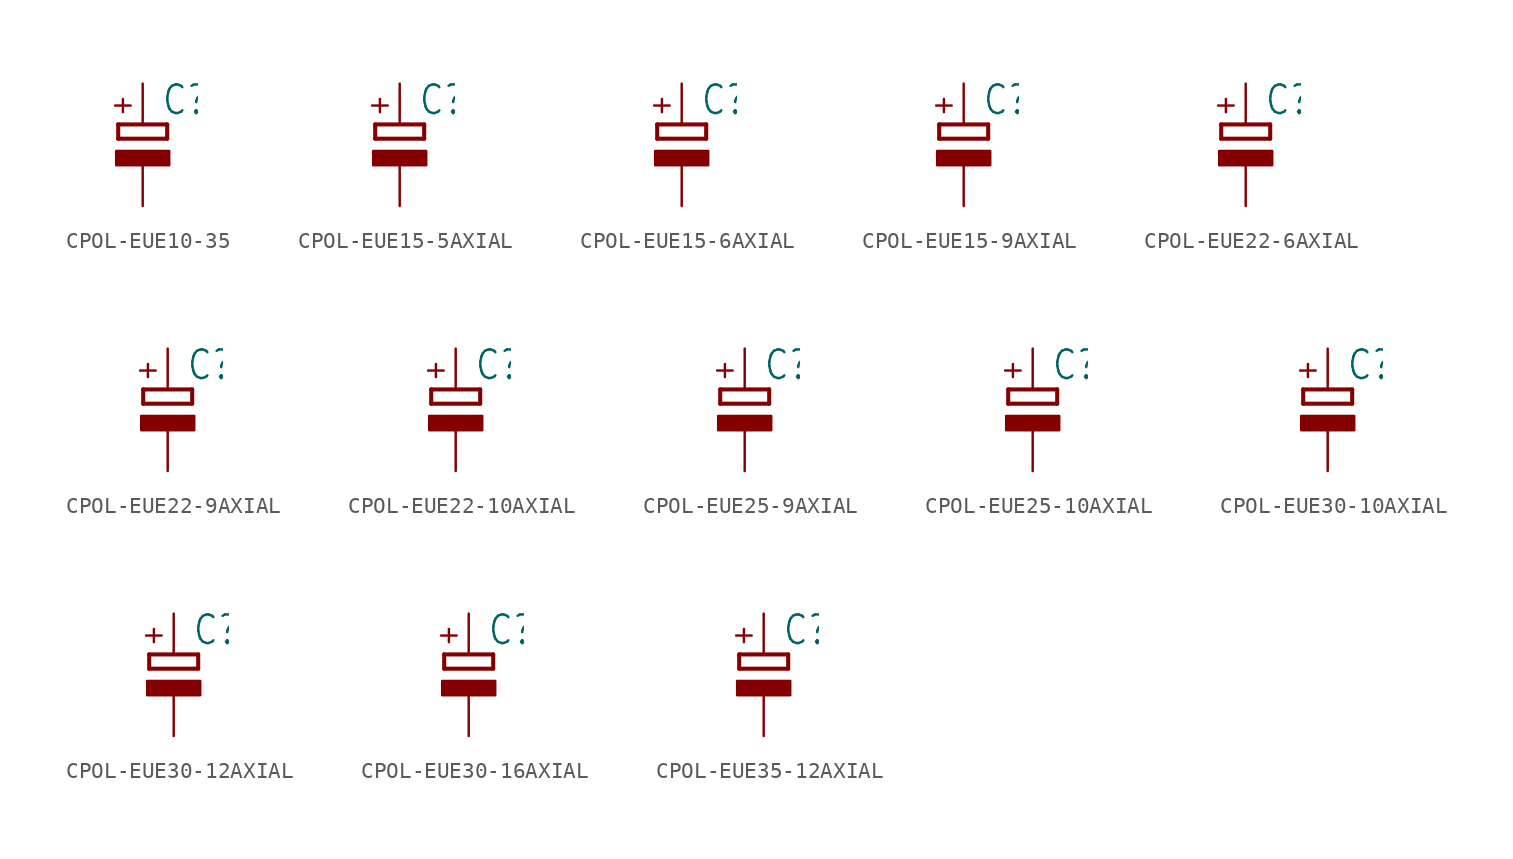
<source format=kicad_sym>
(kicad_symbol_lib
  (version 20241209)
  (generator "kicad_symbol_editor")
  (generator_version "9.0")
  (symbol "CPOL-EUE10-35"
    (property "Reference" "C"
      (at 1.143 0.483 0)
      (effects (font (size 1.778 1.511)) (justify left bottom)))
    (property "Value" ""
      (at 1.143 -4.597 0)
      (effects (font (size 1.778 1.511)) (justify left bottom)))
    (property "ki_locked" ""
      (at 0 0 0)
      (effects (font (size 1.27 1.27))))
    (symbol "CPOL-EUE10-35_1_0"
      (rectangle (start -1.651 -2.54) (end 1.651 -1.651) (stroke (width 0) (type default)) (fill (type outline)))
      (polyline (pts (xy -1.524 0) (xy -1.524 -0.889)) (stroke (width 0.254) (type solid)) (fill (type none)))
      (polyline (pts (xy -1.524 0) (xy 1.524 0)) (stroke (width 0.254) (type solid)) (fill (type none)))
      (polyline (pts (xy -1.524 -0.889) (xy 1.524 -0.889)) (stroke (width 0.254) (type solid)) (fill (type none)))
      (polyline (pts (xy 1.524 -0.889) (xy 1.524 0)) (stroke (width 0.254) (type solid)) (fill (type none)))
      (text "+" (at -0.584 0.406 900) (effects (font (size 1.27 1.079)) (justify left bottom)))
      (pin passive line (at 0 2.54 270) (length 2.54) (name "+" (effects (font (size 0 0)))) (number "+" (effects (font (size 0 0)))))
      (pin passive line (at 0 -5.08 90) (length 2.54) (name "-" (effects (font (size 0 0)))) (number "-" (effects (font (size 0 0)))))))
  (symbol "CPOL-EUE15-5AXIAL"
    (property "Reference" "C"
      (at 1.143 0.483 0)
      (effects (font (size 1.778 1.511)) (justify left bottom)))
    (property "Value" ""
      (at 1.143 -4.597 0)
      (effects (font (size 1.778 1.511)) (justify left bottom)))
    (property "ki_locked" ""
      (at 0 0 0)
      (effects (font (size 1.27 1.27))))
    (symbol "CPOL-EUE15-5AXIAL_1_0"
      (rectangle (start -1.651 -2.54) (end 1.651 -1.651) (stroke (width 0) (type default)) (fill (type outline)))
      (polyline (pts (xy -1.524 0) (xy -1.524 -0.889)) (stroke (width 0.254) (type solid)) (fill (type none)))
      (polyline (pts (xy -1.524 0) (xy 1.524 0)) (stroke (width 0.254) (type solid)) (fill (type none)))
      (polyline (pts (xy -1.524 -0.889) (xy 1.524 -0.889)) (stroke (width 0.254) (type solid)) (fill (type none)))
      (polyline (pts (xy 1.524 -0.889) (xy 1.524 0)) (stroke (width 0.254) (type solid)) (fill (type none)))
      (text "+" (at -0.584 0.406 900) (effects (font (size 1.27 1.079)) (justify left bottom)))
      (pin passive line (at 0 2.54 270) (length 2.54) (name "+" (effects (font (size 0 0)))) (number "+" (effects (font (size 0 0)))))
      (pin passive line (at 0 -5.08 90) (length 2.54) (name "-" (effects (font (size 0 0)))) (number "-" (effects (font (size 0 0)))))))
  (symbol "CPOL-EUE15-6AXIAL"
    (property "Reference" "C"
      (at 1.143 0.483 0)
      (effects (font (size 1.778 1.511)) (justify left bottom)))
    (property "Value" ""
      (at 1.143 -4.597 0)
      (effects (font (size 1.778 1.511)) (justify left bottom)))
    (property "ki_locked" ""
      (at 0 0 0)
      (effects (font (size 1.27 1.27))))
    (symbol "CPOL-EUE15-6AXIAL_1_0"
      (rectangle (start -1.651 -2.54) (end 1.651 -1.651) (stroke (width 0) (type default)) (fill (type outline)))
      (polyline (pts (xy -1.524 0) (xy -1.524 -0.889)) (stroke (width 0.254) (type solid)) (fill (type none)))
      (polyline (pts (xy -1.524 0) (xy 1.524 0)) (stroke (width 0.254) (type solid)) (fill (type none)))
      (polyline (pts (xy -1.524 -0.889) (xy 1.524 -0.889)) (stroke (width 0.254) (type solid)) (fill (type none)))
      (polyline (pts (xy 1.524 -0.889) (xy 1.524 0)) (stroke (width 0.254) (type solid)) (fill (type none)))
      (text "+" (at -0.584 0.406 900) (effects (font (size 1.27 1.079)) (justify left bottom)))
      (pin passive line (at 0 2.54 270) (length 2.54) (name "+" (effects (font (size 0 0)))) (number "+" (effects (font (size 0 0)))))
      (pin passive line (at 0 -5.08 90) (length 2.54) (name "-" (effects (font (size 0 0)))) (number "-" (effects (font (size 0 0)))))))
  (symbol "CPOL-EUE15-9AXIAL"
    (property "Reference" "C"
      (at 1.143 0.483 0)
      (effects (font (size 1.778 1.511)) (justify left bottom)))
    (property "Value" ""
      (at 1.143 -4.597 0)
      (effects (font (size 1.778 1.511)) (justify left bottom)))
    (property "ki_locked" ""
      (at 0 0 0)
      (effects (font (size 1.27 1.27))))
    (symbol "CPOL-EUE15-9AXIAL_1_0"
      (rectangle (start -1.651 -2.54) (end 1.651 -1.651) (stroke (width 0) (type default)) (fill (type outline)))
      (polyline (pts (xy -1.524 0) (xy -1.524 -0.889)) (stroke (width 0.254) (type solid)) (fill (type none)))
      (polyline (pts (xy -1.524 0) (xy 1.524 0)) (stroke (width 0.254) (type solid)) (fill (type none)))
      (polyline (pts (xy -1.524 -0.889) (xy 1.524 -0.889)) (stroke (width 0.254) (type solid)) (fill (type none)))
      (polyline (pts (xy 1.524 -0.889) (xy 1.524 0)) (stroke (width 0.254) (type solid)) (fill (type none)))
      (text "+" (at -0.584 0.406 900) (effects (font (size 1.27 1.079)) (justify left bottom)))
      (pin passive line (at 0 2.54 270) (length 2.54) (name "+" (effects (font (size 0 0)))) (number "+" (effects (font (size 0 0)))))
      (pin passive line (at 0 -5.08 90) (length 2.54) (name "-" (effects (font (size 0 0)))) (number "-" (effects (font (size 0 0)))))))
  (symbol "CPOL-EUE22-6AXIAL"
    (property "Reference" "C"
      (at 1.143 0.483 0)
      (effects (font (size 1.778 1.511)) (justify left bottom)))
    (property "Value" ""
      (at 1.143 -4.597 0)
      (effects (font (size 1.778 1.511)) (justify left bottom)))
    (property "ki_locked" ""
      (at 0 0 0)
      (effects (font (size 1.27 1.27))))
    (symbol "CPOL-EUE22-6AXIAL_1_0"
      (rectangle (start -1.651 -2.54) (end 1.651 -1.651) (stroke (width 0) (type default)) (fill (type outline)))
      (polyline (pts (xy -1.524 0) (xy -1.524 -0.889)) (stroke (width 0.254) (type solid)) (fill (type none)))
      (polyline (pts (xy -1.524 0) (xy 1.524 0)) (stroke (width 0.254) (type solid)) (fill (type none)))
      (polyline (pts (xy -1.524 -0.889) (xy 1.524 -0.889)) (stroke (width 0.254) (type solid)) (fill (type none)))
      (polyline (pts (xy 1.524 -0.889) (xy 1.524 0)) (stroke (width 0.254) (type solid)) (fill (type none)))
      (text "+" (at -0.584 0.406 900) (effects (font (size 1.27 1.079)) (justify left bottom)))
      (pin passive line (at 0 2.54 270) (length 2.54) (name "+" (effects (font (size 0 0)))) (number "+" (effects (font (size 0 0)))))
      (pin passive line (at 0 -5.08 90) (length 2.54) (name "-" (effects (font (size 0 0)))) (number "-" (effects (font (size 0 0)))))))
  (symbol "CPOL-EUE22-9AXIAL"
    (property "Reference" "C"
      (at 1.143 0.483 0)
      (effects (font (size 1.778 1.511)) (justify left bottom)))
    (property "Value" ""
      (at 1.143 -4.597 0)
      (effects (font (size 1.778 1.511)) (justify left bottom)))
    (property "ki_locked" ""
      (at 0 0 0)
      (effects (font (size 1.27 1.27))))
    (symbol "CPOL-EUE22-9AXIAL_1_0"
      (rectangle (start -1.651 -2.54) (end 1.651 -1.651) (stroke (width 0) (type default)) (fill (type outline)))
      (polyline (pts (xy -1.524 0) (xy -1.524 -0.889)) (stroke (width 0.254) (type solid)) (fill (type none)))
      (polyline (pts (xy -1.524 0) (xy 1.524 0)) (stroke (width 0.254) (type solid)) (fill (type none)))
      (polyline (pts (xy -1.524 -0.889) (xy 1.524 -0.889)) (stroke (width 0.254) (type solid)) (fill (type none)))
      (polyline (pts (xy 1.524 -0.889) (xy 1.524 0)) (stroke (width 0.254) (type solid)) (fill (type none)))
      (text "+" (at -0.584 0.406 900) (effects (font (size 1.27 1.079)) (justify left bottom)))
      (pin passive line (at 0 2.54 270) (length 2.54) (name "+" (effects (font (size 0 0)))) (number "+" (effects (font (size 0 0)))))
      (pin passive line (at 0 -5.08 90) (length 2.54) (name "-" (effects (font (size 0 0)))) (number "-" (effects (font (size 0 0)))))))
  (symbol "CPOL-EUE22-10AXIAL"
    (property "Reference" "C"
      (at 1.143 0.483 0)
      (effects (font (size 1.778 1.511)) (justify left bottom)))
    (property "Value" ""
      (at 1.143 -4.597 0)
      (effects (font (size 1.778 1.511)) (justify left bottom)))
    (property "ki_locked" ""
      (at 0 0 0)
      (effects (font (size 1.27 1.27))))
    (symbol "CPOL-EUE22-10AXIAL_1_0"
      (rectangle (start -1.651 -2.54) (end 1.651 -1.651) (stroke (width 0) (type default)) (fill (type outline)))
      (polyline (pts (xy -1.524 0) (xy -1.524 -0.889)) (stroke (width 0.254) (type solid)) (fill (type none)))
      (polyline (pts (xy -1.524 0) (xy 1.524 0)) (stroke (width 0.254) (type solid)) (fill (type none)))
      (polyline (pts (xy -1.524 -0.889) (xy 1.524 -0.889)) (stroke (width 0.254) (type solid)) (fill (type none)))
      (polyline (pts (xy 1.524 -0.889) (xy 1.524 0)) (stroke (width 0.254) (type solid)) (fill (type none)))
      (text "+" (at -0.584 0.406 900) (effects (font (size 1.27 1.079)) (justify left bottom)))
      (pin passive line (at 0 2.54 270) (length 2.54) (name "+" (effects (font (size 0 0)))) (number "+" (effects (font (size 0 0)))))
      (pin passive line (at 0 -5.08 90) (length 2.54) (name "-" (effects (font (size 0 0)))) (number "-" (effects (font (size 0 0)))))))
  (symbol "CPOL-EUE25-9AXIAL"
    (property "Reference" "C"
      (at 1.143 0.483 0)
      (effects (font (size 1.778 1.511)) (justify left bottom)))
    (property "Value" ""
      (at 1.143 -4.597 0)
      (effects (font (size 1.778 1.511)) (justify left bottom)))
    (property "ki_locked" ""
      (at 0 0 0)
      (effects (font (size 1.27 1.27))))
    (symbol "CPOL-EUE25-9AXIAL_1_0"
      (rectangle (start -1.651 -2.54) (end 1.651 -1.651) (stroke (width 0) (type default)) (fill (type outline)))
      (polyline (pts (xy -1.524 0) (xy -1.524 -0.889)) (stroke (width 0.254) (type solid)) (fill (type none)))
      (polyline (pts (xy -1.524 0) (xy 1.524 0)) (stroke (width 0.254) (type solid)) (fill (type none)))
      (polyline (pts (xy -1.524 -0.889) (xy 1.524 -0.889)) (stroke (width 0.254) (type solid)) (fill (type none)))
      (polyline (pts (xy 1.524 -0.889) (xy 1.524 0)) (stroke (width 0.254) (type solid)) (fill (type none)))
      (text "+" (at -0.584 0.406 900) (effects (font (size 1.27 1.079)) (justify left bottom)))
      (pin passive line (at 0 2.54 270) (length 2.54) (name "+" (effects (font (size 0 0)))) (number "+" (effects (font (size 0 0)))))
      (pin passive line (at 0 -5.08 90) (length 2.54) (name "-" (effects (font (size 0 0)))) (number "-" (effects (font (size 0 0)))))))
  (symbol "CPOL-EUE25-10AXIAL"
    (property "Reference" "C"
      (at 1.143 0.483 0)
      (effects (font (size 1.778 1.511)) (justify left bottom)))
    (property "Value" ""
      (at 1.143 -4.597 0)
      (effects (font (size 1.778 1.511)) (justify left bottom)))
    (property "ki_locked" ""
      (at 0 0 0)
      (effects (font (size 1.27 1.27))))
    (symbol "CPOL-EUE25-10AXIAL_1_0"
      (rectangle (start -1.651 -2.54) (end 1.651 -1.651) (stroke (width 0) (type default)) (fill (type outline)))
      (polyline (pts (xy -1.524 0) (xy -1.524 -0.889)) (stroke (width 0.254) (type solid)) (fill (type none)))
      (polyline (pts (xy -1.524 0) (xy 1.524 0)) (stroke (width 0.254) (type solid)) (fill (type none)))
      (polyline (pts (xy -1.524 -0.889) (xy 1.524 -0.889)) (stroke (width 0.254) (type solid)) (fill (type none)))
      (polyline (pts (xy 1.524 -0.889) (xy 1.524 0)) (stroke (width 0.254) (type solid)) (fill (type none)))
      (text "+" (at -0.584 0.406 900) (effects (font (size 1.27 1.079)) (justify left bottom)))
      (pin passive line (at 0 2.54 270) (length 2.54) (name "+" (effects (font (size 0 0)))) (number "+" (effects (font (size 0 0)))))
      (pin passive line (at 0 -5.08 90) (length 2.54) (name "-" (effects (font (size 0 0)))) (number "-" (effects (font (size 0 0)))))))
  (symbol "CPOL-EUE30-10AXIAL"
    (property "Reference" "C"
      (at 1.143 0.483 0)
      (effects (font (size 1.778 1.511)) (justify left bottom)))
    (property "Value" ""
      (at 1.143 -4.597 0)
      (effects (font (size 1.778 1.511)) (justify left bottom)))
    (property "ki_locked" ""
      (at 0 0 0)
      (effects (font (size 1.27 1.27))))
    (symbol "CPOL-EUE30-10AXIAL_1_0"
      (rectangle (start -1.651 -2.54) (end 1.651 -1.651) (stroke (width 0) (type default)) (fill (type outline)))
      (polyline (pts (xy -1.524 0) (xy -1.524 -0.889)) (stroke (width 0.254) (type solid)) (fill (type none)))
      (polyline (pts (xy -1.524 0) (xy 1.524 0)) (stroke (width 0.254) (type solid)) (fill (type none)))
      (polyline (pts (xy -1.524 -0.889) (xy 1.524 -0.889)) (stroke (width 0.254) (type solid)) (fill (type none)))
      (polyline (pts (xy 1.524 -0.889) (xy 1.524 0)) (stroke (width 0.254) (type solid)) (fill (type none)))
      (text "+" (at -0.584 0.406 900) (effects (font (size 1.27 1.079)) (justify left bottom)))
      (pin passive line (at 0 2.54 270) (length 2.54) (name "+" (effects (font (size 0 0)))) (number "+" (effects (font (size 0 0)))))
      (pin passive line (at 0 -5.08 90) (length 2.54) (name "-" (effects (font (size 0 0)))) (number "-" (effects (font (size 0 0)))))))
  (symbol "CPOL-EUE30-12AXIAL"
    (property "Reference" "C"
      (at 1.143 0.483 0)
      (effects (font (size 1.778 1.511)) (justify left bottom)))
    (property "Value" ""
      (at 1.143 -4.597 0)
      (effects (font (size 1.778 1.511)) (justify left bottom)))
    (property "ki_locked" ""
      (at 0 0 0)
      (effects (font (size 1.27 1.27))))
    (symbol "CPOL-EUE30-12AXIAL_1_0"
      (rectangle (start -1.651 -2.54) (end 1.651 -1.651) (stroke (width 0) (type default)) (fill (type outline)))
      (polyline (pts (xy -1.524 0) (xy -1.524 -0.889)) (stroke (width 0.254) (type solid)) (fill (type none)))
      (polyline (pts (xy -1.524 0) (xy 1.524 0)) (stroke (width 0.254) (type solid)) (fill (type none)))
      (polyline (pts (xy -1.524 -0.889) (xy 1.524 -0.889)) (stroke (width 0.254) (type solid)) (fill (type none)))
      (polyline (pts (xy 1.524 -0.889) (xy 1.524 0)) (stroke (width 0.254) (type solid)) (fill (type none)))
      (text "+" (at -0.584 0.406 900) (effects (font (size 1.27 1.079)) (justify left bottom)))
      (pin passive line (at 0 2.54 270) (length 2.54) (name "+" (effects (font (size 0 0)))) (number "+" (effects (font (size 0 0)))))
      (pin passive line (at 0 -5.08 90) (length 2.54) (name "-" (effects (font (size 0 0)))) (number "-" (effects (font (size 0 0)))))))
  (symbol "CPOL-EUE30-16AXIAL"
    (property "Reference" "C"
      (at 1.143 0.483 0)
      (effects (font (size 1.778 1.511)) (justify left bottom)))
    (property "Value" ""
      (at 1.143 -4.597 0)
      (effects (font (size 1.778 1.511)) (justify left bottom)))
    (property "ki_locked" ""
      (at 0 0 0)
      (effects (font (size 1.27 1.27))))
    (symbol "CPOL-EUE30-16AXIAL_1_0"
      (rectangle (start -1.651 -2.54) (end 1.651 -1.651) (stroke (width 0) (type default)) (fill (type outline)))
      (polyline (pts (xy -1.524 0) (xy -1.524 -0.889)) (stroke (width 0.254) (type solid)) (fill (type none)))
      (polyline (pts (xy -1.524 0) (xy 1.524 0)) (stroke (width 0.254) (type solid)) (fill (type none)))
      (polyline (pts (xy -1.524 -0.889) (xy 1.524 -0.889)) (stroke (width 0.254) (type solid)) (fill (type none)))
      (polyline (pts (xy 1.524 -0.889) (xy 1.524 0)) (stroke (width 0.254) (type solid)) (fill (type none)))
      (text "+" (at -0.584 0.406 900) (effects (font (size 1.27 1.079)) (justify left bottom)))
      (pin passive line (at 0 2.54 270) (length 2.54) (name "+" (effects (font (size 0 0)))) (number "+" (effects (font (size 0 0)))))
      (pin passive line (at 0 -5.08 90) (length 2.54) (name "-" (effects (font (size 0 0)))) (number "-" (effects (font (size 0 0)))))))
  (symbol "CPOL-EUE35-12AXIAL"
    (property "Reference" "C"
      (at 1.143 0.483 0)
      (effects (font (size 1.778 1.511)) (justify left bottom)))
    (property "Value" ""
      (at 1.143 -4.597 0)
      (effects (font (size 1.778 1.511)) (justify left bottom)))
    (property "ki_locked" ""
      (at 0 0 0)
      (effects (font (size 1.27 1.27))))
    (symbol "CPOL-EUE35-12AXIAL_1_0"
      (rectangle (start -1.651 -2.54) (end 1.651 -1.651) (stroke (width 0) (type default)) (fill (type outline)))
      (polyline (pts (xy -1.524 0) (xy -1.524 -0.889)) (stroke (width 0.254) (type solid)) (fill (type none)))
      (polyline (pts (xy -1.524 0) (xy 1.524 0)) (stroke (width 0.254) (type solid)) (fill (type none)))
      (polyline (pts (xy -1.524 -0.889) (xy 1.524 -0.889)) (stroke (width 0.254) (type solid)) (fill (type none)))
      (polyline (pts (xy 1.524 -0.889) (xy 1.524 0)) (stroke (width 0.254) (type solid)) (fill (type none)))
      (text "+" (at -0.584 0.406 900) (effects (font (size 1.27 1.079)) (justify left bottom)))
      (pin passive line (at 0 2.54 270) (length 2.54) (name "+" (effects (font (size 0 0)))) (number "+" (effects (font (size 0 0)))))
      (pin passive line (at 0 -5.08 90) (length 2.54) (name "-" (effects (font (size 0 0)))) (number "-" (effects (font (size 0 0))))))))
</source>
